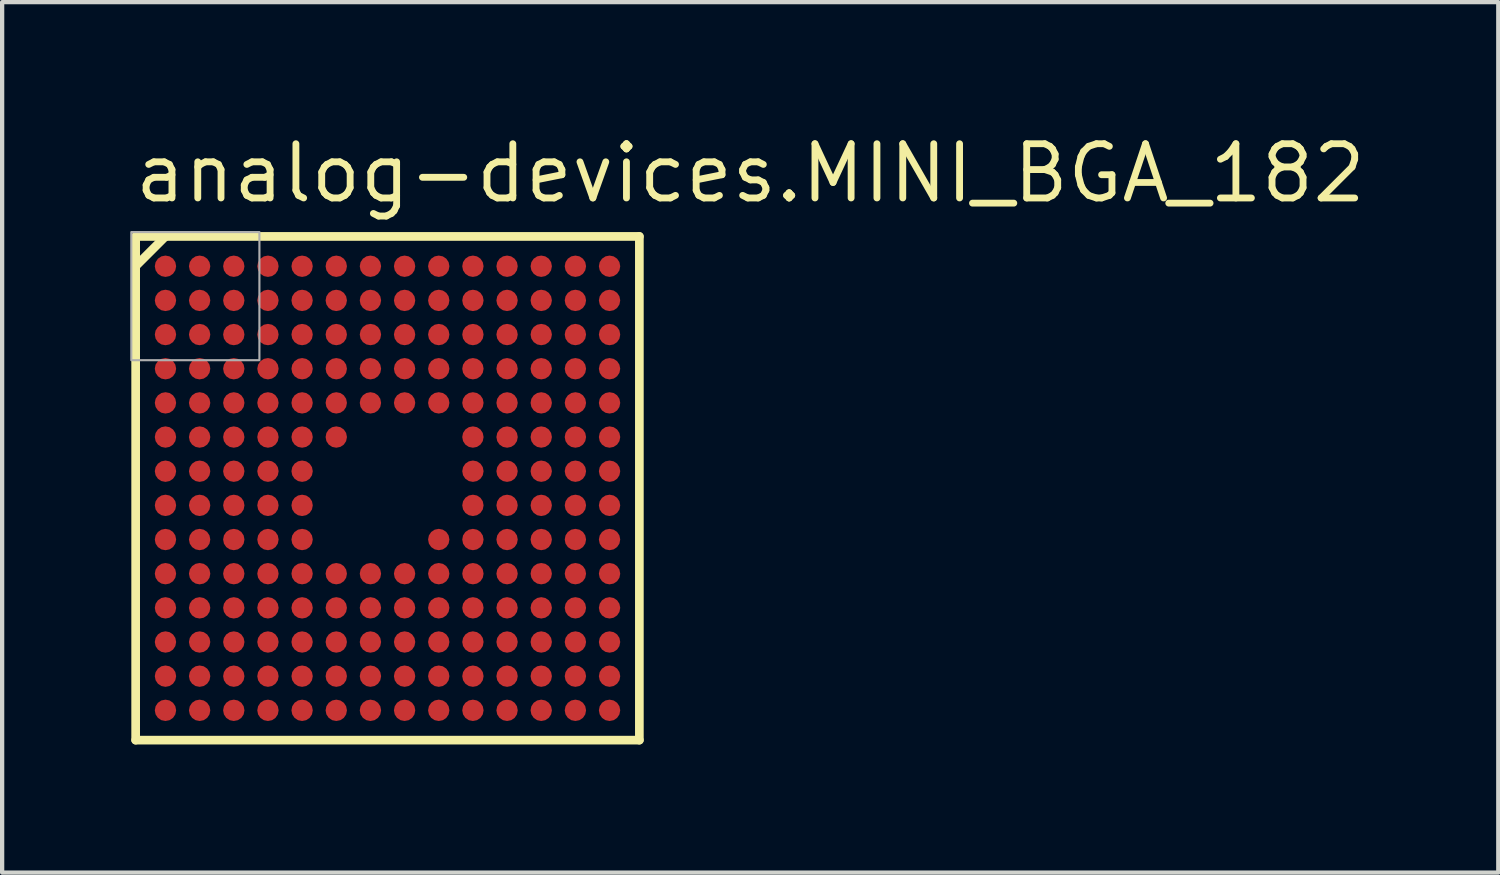
<source format=kicad_pcb>
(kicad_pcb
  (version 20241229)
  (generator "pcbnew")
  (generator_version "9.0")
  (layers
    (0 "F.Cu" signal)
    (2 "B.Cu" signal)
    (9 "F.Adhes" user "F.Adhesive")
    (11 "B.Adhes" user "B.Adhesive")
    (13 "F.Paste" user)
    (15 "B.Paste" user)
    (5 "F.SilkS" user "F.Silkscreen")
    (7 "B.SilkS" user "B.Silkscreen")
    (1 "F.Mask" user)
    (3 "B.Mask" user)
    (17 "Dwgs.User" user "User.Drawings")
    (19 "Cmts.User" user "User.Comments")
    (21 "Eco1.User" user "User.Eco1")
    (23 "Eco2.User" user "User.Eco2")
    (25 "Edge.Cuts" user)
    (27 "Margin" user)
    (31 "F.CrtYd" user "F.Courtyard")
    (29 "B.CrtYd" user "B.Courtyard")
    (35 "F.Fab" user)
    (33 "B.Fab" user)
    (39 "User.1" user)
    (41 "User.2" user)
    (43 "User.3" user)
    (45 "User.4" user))
  (footprint "analog-devices.MINI_BGA_182"
    (layer "F.Cu")
    (at 6.025 8.385)
    (property "Reference" "analog-devices.MINI_BGA_182" (at -6 -6.635 0) (layer "F.SilkS") (effects (font (size 1.27 1.27) (thickness 0.16)) (justify left bottom)))
    (attr smd)
    (fp_circle (center -5.2 -5.2) (end -4.95 -5.2) (stroke (width 0.1) (type default)) (fill no) (layer "F.Mask"))
    (fp_circle (center -5.2 -4.4) (end -4.95 -4.4) (stroke (width 0.1) (type default)) (fill no) (layer "F.Mask"))
    (fp_circle (center -5.2 -3.6) (end -4.95 -3.6) (stroke (width 0.1) (type default)) (fill no) (layer "F.Mask"))
    (fp_circle (center -5.2 -2.8) (end -4.95 -2.8) (stroke (width 0.1) (type default)) (fill no) (layer "F.Mask"))
    (fp_circle (center -5.2 -2) (end -4.95 -2) (stroke (width 0.1) (type default)) (fill no) (layer "F.Mask"))
    (fp_circle (center -5.2 -1.2) (end -4.95 -1.2) (stroke (width 0.1) (type default)) (fill no) (layer "F.Mask"))
    (fp_circle (center -5.2 -0.4) (end -4.95 -0.4) (stroke (width 0.1) (type default)) (fill no) (layer "F.Mask"))
    (fp_circle (center -5.2 0.4) (end -4.95 0.4) (stroke (width 0.1) (type default)) (fill no) (layer "F.Mask"))
    (fp_circle (center -5.2 1.2) (end -4.95 1.2) (stroke (width 0.1) (type default)) (fill no) (layer "F.Mask"))
    (fp_circle (center -5.2 2) (end -4.95 2) (stroke (width 0.1) (type default)) (fill no) (layer "F.Mask"))
    (fp_circle (center -5.2 2.8) (end -4.95 2.8) (stroke (width 0.1) (type default)) (fill no) (layer "F.Mask"))
    (fp_circle (center -5.2 3.6) (end -4.95 3.6) (stroke (width 0.1) (type default)) (fill no) (layer "F.Mask"))
    (fp_circle (center -5.2 4.4) (end -4.95 4.4) (stroke (width 0.1) (type default)) (fill no) (layer "F.Mask"))
    (fp_circle (center -5.2 5.2) (end -4.95 5.2) (stroke (width 0.1) (type default)) (fill no) (layer "F.Mask"))
    (fp_circle (center -4.4 -5.2) (end -4.15 -5.2) (stroke (width 0.1) (type default)) (fill no) (layer "F.Mask"))
    (fp_circle (center -4.4 -4.4) (end -4.15 -4.4) (stroke (width 0.1) (type default)) (fill no) (layer "F.Mask"))
    (fp_circle (center -4.4 -3.6) (end -4.15 -3.6) (stroke (width 0.1) (type default)) (fill no) (layer "F.Mask"))
    (fp_circle (center -4.4 -2.8) (end -4.15 -2.8) (stroke (width 0.1) (type default)) (fill no) (layer "F.Mask"))
    (fp_circle (center -4.4 -2) (end -4.15 -2) (stroke (width 0.1) (type default)) (fill no) (layer "F.Mask"))
    (fp_circle (center -4.4 -1.2) (end -4.15 -1.2) (stroke (width 0.1) (type default)) (fill no) (layer "F.Mask"))
    (fp_circle (center -4.4 -0.4) (end -4.15 -0.4) (stroke (width 0.1) (type default)) (fill no) (layer "F.Mask"))
    (fp_circle (center -4.4 0.4) (end -4.15 0.4) (stroke (width 0.1) (type default)) (fill no) (layer "F.Mask"))
    (fp_circle (center -4.4 1.2) (end -4.15 1.2) (stroke (width 0.1) (type default)) (fill no) (layer "F.Mask"))
    (fp_circle (center -4.4 2) (end -4.15 2) (stroke (width 0.1) (type default)) (fill no) (layer "F.Mask"))
    (fp_circle (center -4.4 2.8) (end -4.15 2.8) (stroke (width 0.1) (type default)) (fill no) (layer "F.Mask"))
    (fp_circle (center -4.4 3.6) (end -4.15 3.6) (stroke (width 0.1) (type default)) (fill no) (layer "F.Mask"))
    (fp_circle (center -4.4 4.4) (end -4.15 4.4) (stroke (width 0.1) (type default)) (fill no) (layer "F.Mask"))
    (fp_circle (center -4.4 5.2) (end -4.15 5.2) (stroke (width 0.1) (type default)) (fill no) (layer "F.Mask"))
    (fp_circle (center -3.6 -5.2) (end -3.35 -5.2) (stroke (width 0.1) (type default)) (fill no) (layer "F.Mask"))
    (fp_circle (center -3.6 -4.4) (end -3.35 -4.4) (stroke (width 0.1) (type default)) (fill no) (layer "F.Mask"))
    (fp_circle (center -3.6 -3.6) (end -3.35 -3.6) (stroke (width 0.1) (type default)) (fill no) (layer "F.Mask"))
    (fp_circle (center -3.6 -2.8) (end -3.35 -2.8) (stroke (width 0.1) (type default)) (fill no) (layer "F.Mask"))
    (fp_circle (center -3.6 -2) (end -3.35 -2) (stroke (width 0.1) (type default)) (fill no) (layer "F.Mask"))
    (fp_circle (center -3.6 -1.2) (end -3.35 -1.2) (stroke (width 0.1) (type default)) (fill no) (layer "F.Mask"))
    (fp_circle (center -3.6 -0.4) (end -3.35 -0.4) (stroke (width 0.1) (type default)) (fill no) (layer "F.Mask"))
    (fp_circle (center -3.6 0.4) (end -3.35 0.4) (stroke (width 0.1) (type default)) (fill no) (layer "F.Mask"))
    (fp_circle (center -3.6 1.2) (end -3.35 1.2) (stroke (width 0.1) (type default)) (fill no) (layer "F.Mask"))
    (fp_circle (center -3.6 2) (end -3.35 2) (stroke (width 0.1) (type default)) (fill no) (layer "F.Mask"))
    (fp_circle (center -3.6 2.8) (end -3.35 2.8) (stroke (width 0.1) (type default)) (fill no) (layer "F.Mask"))
    (fp_circle (center -3.6 3.6) (end -3.35 3.6) (stroke (width 0.1) (type default)) (fill no) (layer "F.Mask"))
    (fp_circle (center -3.6 4.4) (end -3.35 4.4) (stroke (width 0.1) (type default)) (fill no) (layer "F.Mask"))
    (fp_circle (center -3.6 5.2) (end -3.35 5.2) (stroke (width 0.1) (type default)) (fill no) (layer "F.Mask"))
    (fp_circle (center -2.8 -5.2) (end -2.55 -5.2) (stroke (width 0.1) (type default)) (fill no) (layer "F.Mask"))
    (fp_circle (center -2.8 -4.4) (end -2.55 -4.4) (stroke (width 0.1) (type default)) (fill no) (layer "F.Mask"))
    (fp_circle (center -2.8 -3.6) (end -2.55 -3.6) (stroke (width 0.1) (type default)) (fill no) (layer "F.Mask"))
    (fp_circle (center -2.8 -2.8) (end -2.55 -2.8) (stroke (width 0.1) (type default)) (fill no) (layer "F.Mask"))
    (fp_circle (center -2.8 -2) (end -2.55 -2) (stroke (width 0.1) (type default)) (fill no) (layer "F.Mask"))
    (fp_circle (center -2.8 -1.2) (end -2.55 -1.2) (stroke (width 0.1) (type default)) (fill no) (layer "F.Mask"))
    (fp_circle (center -2.8 -0.4) (end -2.55 -0.4) (stroke (width 0.1) (type default)) (fill no) (layer "F.Mask"))
    (fp_circle (center -2.8 0.4) (end -2.55 0.4) (stroke (width 0.1) (type default)) (fill no) (layer "F.Mask"))
    (fp_circle (center -2.8 1.2) (end -2.55 1.2) (stroke (width 0.1) (type default)) (fill no) (layer "F.Mask"))
    (fp_circle (center -2.8 2) (end -2.55 2) (stroke (width 0.1) (type default)) (fill no) (layer "F.Mask"))
    (fp_circle (center -2.8 2.8) (end -2.55 2.8) (stroke (width 0.1) (type default)) (fill no) (layer "F.Mask"))
    (fp_circle (center -2.8 3.6) (end -2.55 3.6) (stroke (width 0.1) (type default)) (fill no) (layer "F.Mask"))
    (fp_circle (center -2.8 4.4) (end -2.55 4.4) (stroke (width 0.1) (type default)) (fill no) (layer "F.Mask"))
    (fp_circle (center -2.8 5.2) (end -2.55 5.2) (stroke (width 0.1) (type default)) (fill no) (layer "F.Mask"))
    (fp_circle (center -2 -5.2) (end -1.75 -5.2) (stroke (width 0.1) (type default)) (fill no) (layer "F.Mask"))
    (fp_circle (center -2 -4.4) (end -1.75 -4.4) (stroke (width 0.1) (type default)) (fill no) (layer "F.Mask"))
    (fp_circle (center -2 -3.6) (end -1.75 -3.6) (stroke (width 0.1) (type default)) (fill no) (layer "F.Mask"))
    (fp_circle (center -2 -2.8) (end -1.75 -2.8) (stroke (width 0.1) (type default)) (fill no) (layer "F.Mask"))
    (fp_circle (center -2 -2) (end -1.75 -2) (stroke (width 0.1) (type default)) (fill no) (layer "F.Mask"))
    (fp_circle (center -2 -1.2) (end -1.75 -1.2) (stroke (width 0.1) (type default)) (fill no) (layer "F.Mask"))
    (fp_circle (center -2 -0.4) (end -1.75 -0.4) (stroke (width 0.1) (type default)) (fill no) (layer "F.Mask"))
    (fp_circle (center -2 0.4) (end -1.75 0.4) (stroke (width 0.1) (type default)) (fill no) (layer "F.Mask"))
    (fp_circle (center -2 1.2) (end -1.75 1.2) (stroke (width 0.1) (type default)) (fill no) (layer "F.Mask"))
    (fp_circle (center -2 2) (end -1.75 2) (stroke (width 0.1) (type default)) (fill no) (layer "F.Mask"))
    (fp_circle (center -2 2.8) (end -1.75 2.8) (stroke (width 0.1) (type default)) (fill no) (layer "F.Mask"))
    (fp_circle (center -2 3.6) (end -1.75 3.6) (stroke (width 0.1) (type default)) (fill no) (layer "F.Mask"))
    (fp_circle (center -2 4.4) (end -1.75 4.4) (stroke (width 0.1) (type default)) (fill no) (layer "F.Mask"))
    (fp_circle (center -2 5.2) (end -1.75 5.2) (stroke (width 0.1) (type default)) (fill no) (layer "F.Mask"))
    (fp_circle (center -1.2 -5.2) (end -0.95 -5.2) (stroke (width 0.1) (type default)) (fill no) (layer "F.Mask"))
    (fp_circle (center -1.2 -4.4) (end -0.95 -4.4) (stroke (width 0.1) (type default)) (fill no) (layer "F.Mask"))
    (fp_circle (center -1.2 -3.6) (end -0.95 -3.6) (stroke (width 0.1) (type default)) (fill no) (layer "F.Mask"))
    (fp_circle (center -1.2 -2.8) (end -0.95 -2.8) (stroke (width 0.1) (type default)) (fill no) (layer "F.Mask"))
    (fp_circle (center -1.2 -2) (end -0.95 -2) (stroke (width 0.1) (type default)) (fill no) (layer "F.Mask"))
    (fp_circle (center -1.2 -1.2) (end -0.95 -1.2) (stroke (width 0.1) (type default)) (fill no) (layer "F.Mask"))
    (fp_circle (center -1.2 2) (end -0.95 2) (stroke (width 0.1) (type default)) (fill no) (layer "F.Mask"))
    (fp_circle (center -1.2 2.8) (end -0.95 2.8) (stroke (width 0.1) (type default)) (fill no) (layer "F.Mask"))
    (fp_circle (center -1.2 3.6) (end -0.95 3.6) (stroke (width 0.1) (type default)) (fill no) (layer "F.Mask"))
    (fp_circle (center -1.2 4.4) (end -0.95 4.4) (stroke (width 0.1) (type default)) (fill no) (layer "F.Mask"))
    (fp_circle (center -1.2 5.2) (end -0.95 5.2) (stroke (width 0.1) (type default)) (fill no) (layer "F.Mask"))
    (fp_circle (center -0.4 -5.2) (end -0.15 -5.2) (stroke (width 0.1) (type default)) (fill no) (layer "F.Mask"))
    (fp_circle (center -0.4 -4.4) (end -0.15 -4.4) (stroke (width 0.1) (type default)) (fill no) (layer "F.Mask"))
    (fp_circle (center -0.4 -3.6) (end -0.15 -3.6) (stroke (width 0.1) (type default)) (fill no) (layer "F.Mask"))
    (fp_circle (center -0.4 -2.8) (end -0.15 -2.8) (stroke (width 0.1) (type default)) (fill no) (layer "F.Mask"))
    (fp_circle (center -0.4 -2) (end -0.15 -2) (stroke (width 0.1) (type default)) (fill no) (layer "F.Mask"))
    (fp_circle (center -0.4 2) (end -0.15 2) (stroke (width 0.1) (type default)) (fill no) (layer "F.Mask"))
    (fp_circle (center -0.4 2.8) (end -0.15 2.8) (stroke (width 0.1) (type default)) (fill no) (layer "F.Mask"))
    (fp_circle (center -0.4 3.6) (end -0.15 3.6) (stroke (width 0.1) (type default)) (fill no) (layer "F.Mask"))
    (fp_circle (center -0.4 4.4) (end -0.15 4.4) (stroke (width 0.1) (type default)) (fill no) (layer "F.Mask"))
    (fp_circle (center -0.4 5.2) (end -0.15 5.2) (stroke (width 0.1) (type default)) (fill no) (layer "F.Mask"))
    (fp_circle (center 0.4 -5.2) (end 0.65 -5.2) (stroke (width 0.1) (type default)) (fill no) (layer "F.Mask"))
    (fp_circle (center 0.4 -4.4) (end 0.65 -4.4) (stroke (width 0.1) (type default)) (fill no) (layer "F.Mask"))
    (fp_circle (center 0.4 -3.6) (end 0.65 -3.6) (stroke (width 0.1) (type default)) (fill no) (layer "F.Mask"))
    (fp_circle (center 0.4 -2.8) (end 0.65 -2.8) (stroke (width 0.1) (type default)) (fill no) (layer "F.Mask"))
    (fp_circle (center 0.4 -2) (end 0.65 -2) (stroke (width 0.1) (type default)) (fill no) (layer "F.Mask"))
    (fp_circle (center 0.4 2) (end 0.65 2) (stroke (width 0.1) (type default)) (fill no) (layer "F.Mask"))
    (fp_circle (center 0.4 2.8) (end 0.65 2.8) (stroke (width 0.1) (type default)) (fill no) (layer "F.Mask"))
    (fp_circle (center 0.4 3.6) (end 0.65 3.6) (stroke (width 0.1) (type default)) (fill no) (layer "F.Mask"))
    (fp_circle (center 0.4 4.4) (end 0.65 4.4) (stroke (width 0.1) (type default)) (fill no) (layer "F.Mask"))
    (fp_circle (center 0.4 5.2) (end 0.65 5.2) (stroke (width 0.1) (type default)) (fill no) (layer "F.Mask"))
    (fp_circle (center 1.2 -5.2) (end 1.45 -5.2) (stroke (width 0.1) (type default)) (fill no) (layer "F.Mask"))
    (fp_circle (center 1.2 -4.4) (end 1.45 -4.4) (stroke (width 0.1) (type default)) (fill no) (layer "F.Mask"))
    (fp_circle (center 1.2 -3.6) (end 1.45 -3.6) (stroke (width 0.1) (type default)) (fill no) (layer "F.Mask"))
    (fp_circle (center 1.2 -2.8) (end 1.45 -2.8) (stroke (width 0.1) (type default)) (fill no) (layer "F.Mask"))
    (fp_circle (center 1.2 -2) (end 1.45 -2) (stroke (width 0.1) (type default)) (fill no) (layer "F.Mask"))
    (fp_circle (center 1.2 1.2) (end 1.45 1.2) (stroke (width 0.1) (type default)) (fill no) (layer "F.Mask"))
    (fp_circle (center 1.2 2) (end 1.45 2) (stroke (width 0.1) (type default)) (fill no) (layer "F.Mask"))
    (fp_circle (center 1.2 2.8) (end 1.45 2.8) (stroke (width 0.1) (type default)) (fill no) (layer "F.Mask"))
    (fp_circle (center 1.2 3.6) (end 1.45 3.6) (stroke (width 0.1) (type default)) (fill no) (layer "F.Mask"))
    (fp_circle (center 1.2 4.4) (end 1.45 4.4) (stroke (width 0.1) (type default)) (fill no) (layer "F.Mask"))
    (fp_circle (center 1.2 5.2) (end 1.45 5.2) (stroke (width 0.1) (type default)) (fill no) (layer "F.Mask"))
    (fp_circle (center 2 -5.2) (end 2.25 -5.2) (stroke (width 0.1) (type default)) (fill no) (layer "F.Mask"))
    (fp_circle (center 2 -4.4) (end 2.25 -4.4) (stroke (width 0.1) (type default)) (fill no) (layer "F.Mask"))
    (fp_circle (center 2 -3.6) (end 2.25 -3.6) (stroke (width 0.1) (type default)) (fill no) (layer "F.Mask"))
    (fp_circle (center 2 -2.8) (end 2.25 -2.8) (stroke (width 0.1) (type default)) (fill no) (layer "F.Mask"))
    (fp_circle (center 2 -2) (end 2.25 -2) (stroke (width 0.1) (type default)) (fill no) (layer "F.Mask"))
    (fp_circle (center 2 -1.2) (end 2.25 -1.2) (stroke (width 0.1) (type default)) (fill no) (layer "F.Mask"))
    (fp_circle (center 2 -0.4) (end 2.25 -0.4) (stroke (width 0.1) (type default)) (fill no) (layer "F.Mask"))
    (fp_circle (center 2 0.4) (end 2.25 0.4) (stroke (width 0.1) (type default)) (fill no) (layer "F.Mask"))
    (fp_circle (center 2 1.2) (end 2.25 1.2) (stroke (width 0.1) (type default)) (fill no) (layer "F.Mask"))
    (fp_circle (center 2 2) (end 2.25 2) (stroke (width 0.1) (type default)) (fill no) (layer "F.Mask"))
    (fp_circle (center 2 2.8) (end 2.25 2.8) (stroke (width 0.1) (type default)) (fill no) (layer "F.Mask"))
    (fp_circle (center 2 3.6) (end 2.25 3.6) (stroke (width 0.1) (type default)) (fill no) (layer "F.Mask"))
    (fp_circle (center 2 4.4) (end 2.25 4.4) (stroke (width 0.1) (type default)) (fill no) (layer "F.Mask"))
    (fp_circle (center 2 5.2) (end 2.25 5.2) (stroke (width 0.1) (type default)) (fill no) (layer "F.Mask"))
    (fp_circle (center 2.8 -5.2) (end 3.05 -5.2) (stroke (width 0.1) (type default)) (fill no) (layer "F.Mask"))
    (fp_circle (center 2.8 -4.4) (end 3.05 -4.4) (stroke (width 0.1) (type default)) (fill no) (layer "F.Mask"))
    (fp_circle (center 2.8 -3.6) (end 3.05 -3.6) (stroke (width 0.1) (type default)) (fill no) (layer "F.Mask"))
    (fp_circle (center 2.8 -2.8) (end 3.05 -2.8) (stroke (width 0.1) (type default)) (fill no) (layer "F.Mask"))
    (fp_circle (center 2.8 -2) (end 3.05 -2) (stroke (width 0.1) (type default)) (fill no) (layer "F.Mask"))
    (fp_circle (center 2.8 -1.2) (end 3.05 -1.2) (stroke (width 0.1) (type default)) (fill no) (layer "F.Mask"))
    (fp_circle (center 2.8 -0.4) (end 3.05 -0.4) (stroke (width 0.1) (type default)) (fill no) (layer "F.Mask"))
    (fp_circle (center 2.8 0.4) (end 3.05 0.4) (stroke (width 0.1) (type default)) (fill no) (layer "F.Mask"))
    (fp_circle (center 2.8 1.2) (end 3.05 1.2) (stroke (width 0.1) (type default)) (fill no) (layer "F.Mask"))
    (fp_circle (center 2.8 2) (end 3.05 2) (stroke (width 0.1) (type default)) (fill no) (layer "F.Mask"))
    (fp_circle (center 2.8 2.8) (end 3.05 2.8) (stroke (width 0.1) (type default)) (fill no) (layer "F.Mask"))
    (fp_circle (center 2.8 3.6) (end 3.05 3.6) (stroke (width 0.1) (type default)) (fill no) (layer "F.Mask"))
    (fp_circle (center 2.8 4.4) (end 3.05 4.4) (stroke (width 0.1) (type default)) (fill no) (layer "F.Mask"))
    (fp_circle (center 2.8 5.2) (end 3.05 5.2) (stroke (width 0.1) (type default)) (fill no) (layer "F.Mask"))
    (fp_circle (center 3.6 -5.2) (end 3.85 -5.2) (stroke (width 0.1) (type default)) (fill no) (layer "F.Mask"))
    (fp_circle (center 3.6 -4.4) (end 3.85 -4.4) (stroke (width 0.1) (type default)) (fill no) (layer "F.Mask"))
    (fp_circle (center 3.6 -3.6) (end 3.85 -3.6) (stroke (width 0.1) (type default)) (fill no) (layer "F.Mask"))
    (fp_circle (center 3.6 -2.8) (end 3.85 -2.8) (stroke (width 0.1) (type default)) (fill no) (layer "F.Mask"))
    (fp_circle (center 3.6 -2) (end 3.85 -2) (stroke (width 0.1) (type default)) (fill no) (layer "F.Mask"))
    (fp_circle (center 3.6 -1.2) (end 3.85 -1.2) (stroke (width 0.1) (type default)) (fill no) (layer "F.Mask"))
    (fp_circle (center 3.6 -0.4) (end 3.85 -0.4) (stroke (width 0.1) (type default)) (fill no) (layer "F.Mask"))
    (fp_circle (center 3.6 0.4) (end 3.85 0.4) (stroke (width 0.1) (type default)) (fill no) (layer "F.Mask"))
    (fp_circle (center 3.6 1.2) (end 3.85 1.2) (stroke (width 0.1) (type default)) (fill no) (layer "F.Mask"))
    (fp_circle (center 3.6 2) (end 3.85 2) (stroke (width 0.1) (type default)) (fill no) (layer "F.Mask"))
    (fp_circle (center 3.6 2.8) (end 3.85 2.8) (stroke (width 0.1) (type default)) (fill no) (layer "F.Mask"))
    (fp_circle (center 3.6 3.6) (end 3.85 3.6) (stroke (width 0.1) (type default)) (fill no) (layer "F.Mask"))
    (fp_circle (center 3.6 4.4) (end 3.85 4.4) (stroke (width 0.1) (type default)) (fill no) (layer "F.Mask"))
    (fp_circle (center 3.6 5.2) (end 3.85 5.2) (stroke (width 0.1) (type default)) (fill no) (layer "F.Mask"))
    (fp_circle (center 4.4 -5.2) (end 4.65 -5.2) (stroke (width 0.1) (type default)) (fill no) (layer "F.Mask"))
    (fp_circle (center 4.4 -4.4) (end 4.65 -4.4) (stroke (width 0.1) (type default)) (fill no) (layer "F.Mask"))
    (fp_circle (center 4.4 -3.6) (end 4.65 -3.6) (stroke (width 0.1) (type default)) (fill no) (layer "F.Mask"))
    (fp_circle (center 4.4 -2.8) (end 4.65 -2.8) (stroke (width 0.1) (type default)) (fill no) (layer "F.Mask"))
    (fp_circle (center 4.4 -2) (end 4.65 -2) (stroke (width 0.1) (type default)) (fill no) (layer "F.Mask"))
    (fp_circle (center 4.4 -1.2) (end 4.65 -1.2) (stroke (width 0.1) (type default)) (fill no) (layer "F.Mask"))
    (fp_circle (center 4.4 -0.4) (end 4.65 -0.4) (stroke (width 0.1) (type default)) (fill no) (layer "F.Mask"))
    (fp_circle (center 4.4 0.4) (end 4.65 0.4) (stroke (width 0.1) (type default)) (fill no) (layer "F.Mask"))
    (fp_circle (center 4.4 1.2) (end 4.65 1.2) (stroke (width 0.1) (type default)) (fill no) (layer "F.Mask"))
    (fp_circle (center 4.4 2) (end 4.65 2) (stroke (width 0.1) (type default)) (fill no) (layer "F.Mask"))
    (fp_circle (center 4.4 2.8) (end 4.65 2.8) (stroke (width 0.1) (type default)) (fill no) (layer "F.Mask"))
    (fp_circle (center 4.4 3.6) (end 4.65 3.6) (stroke (width 0.1) (type default)) (fill no) (layer "F.Mask"))
    (fp_circle (center 4.4 4.4) (end 4.65 4.4) (stroke (width 0.1) (type default)) (fill no) (layer "F.Mask"))
    (fp_circle (center 4.4 5.2) (end 4.65 5.2) (stroke (width 0.1) (type default)) (fill no) (layer "F.Mask"))
    (fp_circle (center 5.2 -5.2) (end 5.45 -5.2) (stroke (width 0.1) (type default)) (fill no) (layer "F.Mask"))
    (fp_circle (center 5.2 -4.4) (end 5.45 -4.4) (stroke (width 0.1) (type default)) (fill no) (layer "F.Mask"))
    (fp_circle (center 5.2 -3.6) (end 5.45 -3.6) (stroke (width 0.1) (type default)) (fill no) (layer "F.Mask"))
    (fp_circle (center 5.2 -2.8) (end 5.45 -2.8) (stroke (width 0.1) (type default)) (fill no) (layer "F.Mask"))
    (fp_circle (center 5.2 -2) (end 5.45 -2) (stroke (width 0.1) (type default)) (fill no) (layer "F.Mask"))
    (fp_circle (center 5.2 -1.2) (end 5.45 -1.2) (stroke (width 0.1) (type default)) (fill no) (layer "F.Mask"))
    (fp_circle (center 5.2 -0.4) (end 5.45 -0.4) (stroke (width 0.1) (type default)) (fill no) (layer "F.Mask"))
    (fp_circle (center 5.2 0.4) (end 5.45 0.4) (stroke (width 0.1) (type default)) (fill no) (layer "F.Mask"))
    (fp_circle (center 5.2 1.2) (end 5.45 1.2) (stroke (width 0.1) (type default)) (fill no) (layer "F.Mask"))
    (fp_circle (center 5.2 2) (end 5.45 2) (stroke (width 0.1) (type default)) (fill no) (layer "F.Mask"))
    (fp_circle (center 5.2 2.8) (end 5.45 2.8) (stroke (width 0.1) (type default)) (fill no) (layer "F.Mask"))
    (fp_circle (center 5.2 3.6) (end 5.45 3.6) (stroke (width 0.1) (type default)) (fill no) (layer "F.Mask"))
    (fp_circle (center 5.2 4.4) (end 5.45 4.4) (stroke (width 0.1) (type default)) (fill no) (layer "F.Mask"))
    (fp_circle (center 5.2 5.2) (end 5.45 5.2) (stroke (width 0.1) (type default)) (fill no) (layer "F.Mask"))
    (fp_line (start -5.898 -5.898) (end -5.898 -5.2) (stroke (width 0.203) (type default)) (layer "F.SilkS"))
    (fp_line (start -5.898 -5.2) (end -5.898 5.898) (stroke (width 0.203) (type default)) (layer "F.SilkS"))
    (fp_line (start -5.898 -5.2) (end -5.2 -5.898) (stroke (width 0.203) (type default)) (layer "F.SilkS"))
    (fp_line (start -5.898 5.898) (end 5.898 5.898) (stroke (width 0.203) (type default)) (layer "F.SilkS"))
    (fp_line (start -5.2 -5.898) (end -5.898 -5.898) (stroke (width 0.203) (type default)) (layer "F.SilkS"))
    (fp_line (start 5.898 -5.898) (end -5.2 -5.898) (stroke (width 0.203) (type default)) (layer "F.SilkS"))
    (fp_line (start 5.898 5.898) (end 5.898 -5.898) (stroke (width 0.203) (type default)) (layer "F.SilkS"))
    (fp_rect (start -6 -3) (end -3 -6) (stroke (width 0.05) (type default)) (fill no) (layer "F.Fab"))
    (pad "A1" smd roundrect (at -5.2 -5.2) (size 0.5 0.5) (layers "F.Cu" "F.Mask" "F.Paste") (roundrect_rratio 0.5))
    (pad "A2" smd roundrect (at -4.4 -5.2) (size 0.5 0.5) (layers "F.Cu" "F.Mask" "F.Paste") (roundrect_rratio 0.5))
    (pad "A3" smd roundrect (at -3.6 -5.2) (size 0.5 0.5) (layers "F.Cu" "F.Mask" "F.Paste") (roundrect_rratio 0.5))
    (pad "A4" smd roundrect (at -2.8 -5.2) (size 0.5 0.5) (layers "F.Cu" "F.Mask" "F.Paste") (roundrect_rratio 0.5))
    (pad "A5" smd roundrect (at -2 -5.2) (size 0.5 0.5) (layers "F.Cu" "F.Mask" "F.Paste") (roundrect_rratio 0.5))
    (pad "A6" smd roundrect (at -1.2 -5.2) (size 0.5 0.5) (layers "F.Cu" "F.Mask" "F.Paste") (roundrect_rratio 0.5))
    (pad "A7" smd roundrect (at -0.4 -5.2) (size 0.5 0.5) (layers "F.Cu" "F.Mask" "F.Paste") (roundrect_rratio 0.5))
    (pad "A8" smd roundrect (at 0.4 -5.2) (size 0.5 0.5) (layers "F.Cu" "F.Mask" "F.Paste") (roundrect_rratio 0.5))
    (pad "A9" smd roundrect (at 1.2 -5.2) (size 0.5 0.5) (layers "F.Cu" "F.Mask" "F.Paste") (roundrect_rratio 0.5))
    (pad "A10" smd roundrect (at 2 -5.2) (size 0.5 0.5) (layers "F.Cu" "F.Mask" "F.Paste") (roundrect_rratio 0.5))
    (pad "A11" smd roundrect (at 2.8 -5.2) (size 0.5 0.5) (layers "F.Cu" "F.Mask" "F.Paste") (roundrect_rratio 0.5))
    (pad "A12" smd roundrect (at 3.6 -5.2) (size 0.5 0.5) (layers "F.Cu" "F.Mask" "F.Paste") (roundrect_rratio 0.5))
    (pad "A13" smd roundrect (at 4.4 -5.2) (size 0.5 0.5) (layers "F.Cu" "F.Mask" "F.Paste") (roundrect_rratio 0.5))
    (pad "A14" smd roundrect (at 5.2 -5.2) (size 0.5 0.5) (layers "F.Cu" "F.Mask" "F.Paste") (roundrect_rratio 0.5))
    (pad "B1" smd roundrect (at -5.2 -4.4) (size 0.5 0.5) (layers "F.Cu" "F.Mask" "F.Paste") (roundrect_rratio 0.5))
    (pad "B2" smd roundrect (at -4.4 -4.4) (size 0.5 0.5) (layers "F.Cu" "F.Mask" "F.Paste") (roundrect_rratio 0.5))
    (pad "B3" smd roundrect (at -3.6 -4.4) (size 0.5 0.5) (layers "F.Cu" "F.Mask" "F.Paste") (roundrect_rratio 0.5))
    (pad "B4" smd roundrect (at -2.8 -4.4) (size 0.5 0.5) (layers "F.Cu" "F.Mask" "F.Paste") (roundrect_rratio 0.5))
    (pad "B5" smd roundrect (at -2 -4.4) (size 0.5 0.5) (layers "F.Cu" "F.Mask" "F.Paste") (roundrect_rratio 0.5))
    (pad "B6" smd roundrect (at -1.2 -4.4) (size 0.5 0.5) (layers "F.Cu" "F.Mask" "F.Paste") (roundrect_rratio 0.5))
    (pad "B7" smd roundrect (at -0.4 -4.4) (size 0.5 0.5) (layers "F.Cu" "F.Mask" "F.Paste") (roundrect_rratio 0.5))
    (pad "B8" smd roundrect (at 0.4 -4.4) (size 0.5 0.5) (layers "F.Cu" "F.Mask" "F.Paste") (roundrect_rratio 0.5))
    (pad "B9" smd roundrect (at 1.2 -4.4) (size 0.5 0.5) (layers "F.Cu" "F.Mask" "F.Paste") (roundrect_rratio 0.5))
    (pad "B10" smd roundrect (at 2 -4.4) (size 0.5 0.5) (layers "F.Cu" "F.Mask" "F.Paste") (roundrect_rratio 0.5))
    (pad "B11" smd roundrect (at 2.8 -4.4) (size 0.5 0.5) (layers "F.Cu" "F.Mask" "F.Paste") (roundrect_rratio 0.5))
    (pad "B12" smd roundrect (at 3.6 -4.4) (size 0.5 0.5) (layers "F.Cu" "F.Mask" "F.Paste") (roundrect_rratio 0.5))
    (pad "B13" smd roundrect (at 4.4 -4.4) (size 0.5 0.5) (layers "F.Cu" "F.Mask" "F.Paste") (roundrect_rratio 0.5))
    (pad "B14" smd roundrect (at 5.2 -4.4) (size 0.5 0.5) (layers "F.Cu" "F.Mask" "F.Paste") (roundrect_rratio 0.5))
    (pad "C1" smd roundrect (at -5.2 -3.6) (size 0.5 0.5) (layers "F.Cu" "F.Mask" "F.Paste") (roundrect_rratio 0.5))
    (pad "C2" smd roundrect (at -4.4 -3.6) (size 0.5 0.5) (layers "F.Cu" "F.Mask" "F.Paste") (roundrect_rratio 0.5))
    (pad "C3" smd roundrect (at -3.6 -3.6) (size 0.5 0.5) (layers "F.Cu" "F.Mask" "F.Paste") (roundrect_rratio 0.5))
    (pad "C4" smd roundrect (at -2.8 -3.6) (size 0.5 0.5) (layers "F.Cu" "F.Mask" "F.Paste") (roundrect_rratio 0.5))
    (pad "C5" smd roundrect (at -2 -3.6) (size 0.5 0.5) (layers "F.Cu" "F.Mask" "F.Paste") (roundrect_rratio 0.5))
    (pad "C6" smd roundrect (at -1.2 -3.6) (size 0.5 0.5) (layers "F.Cu" "F.Mask" "F.Paste") (roundrect_rratio 0.5))
    (pad "C7" smd roundrect (at -0.4 -3.6) (size 0.5 0.5) (layers "F.Cu" "F.Mask" "F.Paste") (roundrect_rratio 0.5))
    (pad "C8" smd roundrect (at 0.4 -3.6) (size 0.5 0.5) (layers "F.Cu" "F.Mask" "F.Paste") (roundrect_rratio 0.5))
    (pad "C9" smd roundrect (at 1.2 -3.6) (size 0.5 0.5) (layers "F.Cu" "F.Mask" "F.Paste") (roundrect_rratio 0.5))
    (pad "C10" smd roundrect (at 2 -3.6) (size 0.5 0.5) (layers "F.Cu" "F.Mask" "F.Paste") (roundrect_rratio 0.5))
    (pad "C11" smd roundrect (at 2.8 -3.6) (size 0.5 0.5) (layers "F.Cu" "F.Mask" "F.Paste") (roundrect_rratio 0.5))
    (pad "C12" smd roundrect (at 3.6 -3.6) (size 0.5 0.5) (layers "F.Cu" "F.Mask" "F.Paste") (roundrect_rratio 0.5))
    (pad "C13" smd roundrect (at 4.4 -3.6) (size 0.5 0.5) (layers "F.Cu" "F.Mask" "F.Paste") (roundrect_rratio 0.5))
    (pad "C14" smd roundrect (at 5.2 -3.6) (size 0.5 0.5) (layers "F.Cu" "F.Mask" "F.Paste") (roundrect_rratio 0.5))
    (pad "D1" smd roundrect (at -5.2 -2.8) (size 0.5 0.5) (layers "F.Cu" "F.Mask" "F.Paste") (roundrect_rratio 0.5))
    (pad "D2" smd roundrect (at -4.4 -2.8) (size 0.5 0.5) (layers "F.Cu" "F.Mask" "F.Paste") (roundrect_rratio 0.5))
    (pad "D3" smd roundrect (at -3.6 -2.8) (size 0.5 0.5) (layers "F.Cu" "F.Mask" "F.Paste") (roundrect_rratio 0.5))
    (pad "D4" smd roundrect (at -2.8 -2.8) (size 0.5 0.5) (layers "F.Cu" "F.Mask" "F.Paste") (roundrect_rratio 0.5))
    (pad "D5" smd roundrect (at -2 -2.8) (size 0.5 0.5) (layers "F.Cu" "F.Mask" "F.Paste") (roundrect_rratio 0.5))
    (pad "D6" smd roundrect (at -1.2 -2.8) (size 0.5 0.5) (layers "F.Cu" "F.Mask" "F.Paste") (roundrect_rratio 0.5))
    (pad "D7" smd roundrect (at -0.4 -2.8) (size 0.5 0.5) (layers "F.Cu" "F.Mask" "F.Paste") (roundrect_rratio 0.5))
    (pad "D8" smd roundrect (at 0.4 -2.8) (size 0.5 0.5) (layers "F.Cu" "F.Mask" "F.Paste") (roundrect_rratio 0.5))
    (pad "D9" smd roundrect (at 1.2 -2.8) (size 0.5 0.5) (layers "F.Cu" "F.Mask" "F.Paste") (roundrect_rratio 0.5))
    (pad "D10" smd roundrect (at 2 -2.8) (size 0.5 0.5) (layers "F.Cu" "F.Mask" "F.Paste") (roundrect_rratio 0.5))
    (pad "D11" smd roundrect (at 2.8 -2.8) (size 0.5 0.5) (layers "F.Cu" "F.Mask" "F.Paste") (roundrect_rratio 0.5))
    (pad "D12" smd roundrect (at 3.6 -2.8) (size 0.5 0.5) (layers "F.Cu" "F.Mask" "F.Paste") (roundrect_rratio 0.5))
    (pad "D13" smd roundrect (at 4.4 -2.8) (size 0.5 0.5) (layers "F.Cu" "F.Mask" "F.Paste") (roundrect_rratio 0.5))
    (pad "D14" smd roundrect (at 5.2 -2.8) (size 0.5 0.5) (layers "F.Cu" "F.Mask" "F.Paste") (roundrect_rratio 0.5))
    (pad "E1" smd roundrect (at -5.2 -2) (size 0.5 0.5) (layers "F.Cu" "F.Mask" "F.Paste") (roundrect_rratio 0.5))
    (pad "E2" smd roundrect (at -4.4 -2) (size 0.5 0.5) (layers "F.Cu" "F.Mask" "F.Paste") (roundrect_rratio 0.5))
    (pad "E3" smd roundrect (at -3.6 -2) (size 0.5 0.5) (layers "F.Cu" "F.Mask" "F.Paste") (roundrect_rratio 0.5))
    (pad "E4" smd roundrect (at -2.8 -2) (size 0.5 0.5) (layers "F.Cu" "F.Mask" "F.Paste") (roundrect_rratio 0.5))
    (pad "E5" smd roundrect (at -2 -2) (size 0.5 0.5) (layers "F.Cu" "F.Mask" "F.Paste") (roundrect_rratio 0.5))
    (pad "E6" smd roundrect (at -1.2 -2) (size 0.5 0.5) (layers "F.Cu" "F.Mask" "F.Paste") (roundrect_rratio 0.5))
    (pad "E7" smd roundrect (at -0.4 -2) (size 0.5 0.5) (layers "F.Cu" "F.Mask" "F.Paste") (roundrect_rratio 0.5))
    (pad "E8" smd roundrect (at 0.4 -2) (size 0.5 0.5) (layers "F.Cu" "F.Mask" "F.Paste") (roundrect_rratio 0.5))
    (pad "E9" smd roundrect (at 1.2 -2) (size 0.5 0.5) (layers "F.Cu" "F.Mask" "F.Paste") (roundrect_rratio 0.5))
    (pad "E10" smd roundrect (at 2 -2) (size 0.5 0.5) (layers "F.Cu" "F.Mask" "F.Paste") (roundrect_rratio 0.5))
    (pad "E11" smd roundrect (at 2.8 -2) (size 0.5 0.5) (layers "F.Cu" "F.Mask" "F.Paste") (roundrect_rratio 0.5))
    (pad "E12" smd roundrect (at 3.6 -2) (size 0.5 0.5) (layers "F.Cu" "F.Mask" "F.Paste") (roundrect_rratio 0.5))
    (pad "E13" smd roundrect (at 4.4 -2) (size 0.5 0.5) (layers "F.Cu" "F.Mask" "F.Paste") (roundrect_rratio 0.5))
    (pad "E14" smd roundrect (at 5.2 -2) (size 0.5 0.5) (layers "F.Cu" "F.Mask" "F.Paste") (roundrect_rratio 0.5))
    (pad "F1" smd roundrect (at -5.2 -1.2) (size 0.5 0.5) (layers "F.Cu" "F.Mask" "F.Paste") (roundrect_rratio 0.5))
    (pad "F2" smd roundrect (at -4.4 -1.2) (size 0.5 0.5) (layers "F.Cu" "F.Mask" "F.Paste") (roundrect_rratio 0.5))
    (pad "F3" smd roundrect (at -3.6 -1.2) (size 0.5 0.5) (layers "F.Cu" "F.Mask" "F.Paste") (roundrect_rratio 0.5))
    (pad "F4" smd roundrect (at -2.8 -1.2) (size 0.5 0.5) (layers "F.Cu" "F.Mask" "F.Paste") (roundrect_rratio 0.5))
    (pad "F5" smd roundrect (at -2 -1.2) (size 0.5 0.5) (layers "F.Cu" "F.Mask" "F.Paste") (roundrect_rratio 0.5))
    (pad "F6" smd roundrect (at -1.2 -1.2) (size 0.5 0.5) (layers "F.Cu" "F.Mask" "F.Paste") (roundrect_rratio 0.5))
    (pad "F10" smd roundrect (at 2 -1.2) (size 0.5 0.5) (layers "F.Cu" "F.Mask" "F.Paste") (roundrect_rratio 0.5))
    (pad "F11" smd roundrect (at 2.8 -1.2) (size 0.5 0.5) (layers "F.Cu" "F.Mask" "F.Paste") (roundrect_rratio 0.5))
    (pad "F12" smd roundrect (at 3.6 -1.2) (size 0.5 0.5) (layers "F.Cu" "F.Mask" "F.Paste") (roundrect_rratio 0.5))
    (pad "F13" smd roundrect (at 4.4 -1.2) (size 0.5 0.5) (layers "F.Cu" "F.Mask" "F.Paste") (roundrect_rratio 0.5))
    (pad "F14" smd roundrect (at 5.2 -1.2) (size 0.5 0.5) (layers "F.Cu" "F.Mask" "F.Paste") (roundrect_rratio 0.5))
    (pad "G1" smd roundrect (at -5.2 -0.4) (size 0.5 0.5) (layers "F.Cu" "F.Mask" "F.Paste") (roundrect_rratio 0.5))
    (pad "G2" smd roundrect (at -4.4 -0.4) (size 0.5 0.5) (layers "F.Cu" "F.Mask" "F.Paste") (roundrect_rratio 0.5))
    (pad "G3" smd roundrect (at -3.6 -0.4) (size 0.5 0.5) (layers "F.Cu" "F.Mask" "F.Paste") (roundrect_rratio 0.5))
    (pad "G4" smd roundrect (at -2.8 -0.4) (size 0.5 0.5) (layers "F.Cu" "F.Mask" "F.Paste") (roundrect_rratio 0.5))
    (pad "G5" smd roundrect (at -2 -0.4) (size 0.5 0.5) (layers "F.Cu" "F.Mask" "F.Paste") (roundrect_rratio 0.5))
    (pad "G10" smd roundrect (at 2 -0.4) (size 0.5 0.5) (layers "F.Cu" "F.Mask" "F.Paste") (roundrect_rratio 0.5))
    (pad "G11" smd roundrect (at 2.8 -0.4) (size 0.5 0.5) (layers "F.Cu" "F.Mask" "F.Paste") (roundrect_rratio 0.5))
    (pad "G12" smd roundrect (at 3.6 -0.4) (size 0.5 0.5) (layers "F.Cu" "F.Mask" "F.Paste") (roundrect_rratio 0.5))
    (pad "G13" smd roundrect (at 4.4 -0.4) (size 0.5 0.5) (layers "F.Cu" "F.Mask" "F.Paste") (roundrect_rratio 0.5))
    (pad "G14" smd roundrect (at 5.2 -0.4) (size 0.5 0.5) (layers "F.Cu" "F.Mask" "F.Paste") (roundrect_rratio 0.5))
    (pad "H1" smd roundrect (at -5.2 0.4) (size 0.5 0.5) (layers "F.Cu" "F.Mask" "F.Paste") (roundrect_rratio 0.5))
    (pad "H2" smd roundrect (at -4.4 0.4) (size 0.5 0.5) (layers "F.Cu" "F.Mask" "F.Paste") (roundrect_rratio 0.5))
    (pad "H3" smd roundrect (at -3.6 0.4) (size 0.5 0.5) (layers "F.Cu" "F.Mask" "F.Paste") (roundrect_rratio 0.5))
    (pad "H4" smd roundrect (at -2.8 0.4) (size 0.5 0.5) (layers "F.Cu" "F.Mask" "F.Paste") (roundrect_rratio 0.5))
    (pad "H5" smd roundrect (at -2 0.4) (size 0.5 0.5) (layers "F.Cu" "F.Mask" "F.Paste") (roundrect_rratio 0.5))
    (pad "H10" smd roundrect (at 2 0.4) (size 0.5 0.5) (layers "F.Cu" "F.Mask" "F.Paste") (roundrect_rratio 0.5))
    (pad "H11" smd roundrect (at 2.8 0.4) (size 0.5 0.5) (layers "F.Cu" "F.Mask" "F.Paste") (roundrect_rratio 0.5))
    (pad "H12" smd roundrect (at 3.6 0.4) (size 0.5 0.5) (layers "F.Cu" "F.Mask" "F.Paste") (roundrect_rratio 0.5))
    (pad "H13" smd roundrect (at 4.4 0.4) (size 0.5 0.5) (layers "F.Cu" "F.Mask" "F.Paste") (roundrect_rratio 0.5))
    (pad "H14" smd roundrect (at 5.2 0.4) (size 0.5 0.5) (layers "F.Cu" "F.Mask" "F.Paste") (roundrect_rratio 0.5))
    (pad "J1" smd roundrect (at -5.2 1.2) (size 0.5 0.5) (layers "F.Cu" "F.Mask" "F.Paste") (roundrect_rratio 0.5))
    (pad "J2" smd roundrect (at -4.4 1.2) (size 0.5 0.5) (layers "F.Cu" "F.Mask" "F.Paste") (roundrect_rratio 0.5))
    (pad "J3" smd roundrect (at -3.6 1.2) (size 0.5 0.5) (layers "F.Cu" "F.Mask" "F.Paste") (roundrect_rratio 0.5))
    (pad "J4" smd roundrect (at -2.8 1.2) (size 0.5 0.5) (layers "F.Cu" "F.Mask" "F.Paste") (roundrect_rratio 0.5))
    (pad "J5" smd roundrect (at -2 1.2) (size 0.5 0.5) (layers "F.Cu" "F.Mask" "F.Paste") (roundrect_rratio 0.5))
    (pad "J9" smd roundrect (at 1.2 1.2) (size 0.5 0.5) (layers "F.Cu" "F.Mask" "F.Paste") (roundrect_rratio 0.5))
    (pad "J10" smd roundrect (at 2 1.2) (size 0.5 0.5) (layers "F.Cu" "F.Mask" "F.Paste") (roundrect_rratio 0.5))
    (pad "J11" smd roundrect (at 2.8 1.2) (size 0.5 0.5) (layers "F.Cu" "F.Mask" "F.Paste") (roundrect_rratio 0.5))
    (pad "J12" smd roundrect (at 3.6 1.2) (size 0.5 0.5) (layers "F.Cu" "F.Mask" "F.Paste") (roundrect_rratio 0.5))
    (pad "J13" smd roundrect (at 4.4 1.2) (size 0.5 0.5) (layers "F.Cu" "F.Mask" "F.Paste") (roundrect_rratio 0.5))
    (pad "J14" smd roundrect (at 5.2 1.2) (size 0.5 0.5) (layers "F.Cu" "F.Mask" "F.Paste") (roundrect_rratio 0.5))
    (pad "K1" smd roundrect (at -5.2 2) (size 0.5 0.5) (layers "F.Cu" "F.Mask" "F.Paste") (roundrect_rratio 0.5))
    (pad "K2" smd roundrect (at -4.4 2) (size 0.5 0.5) (layers "F.Cu" "F.Mask" "F.Paste") (roundrect_rratio 0.5))
    (pad "K3" smd roundrect (at -3.6 2) (size 0.5 0.5) (layers "F.Cu" "F.Mask" "F.Paste") (roundrect_rratio 0.5))
    (pad "K4" smd roundrect (at -2.8 2) (size 0.5 0.5) (layers "F.Cu" "F.Mask" "F.Paste") (roundrect_rratio 0.5))
    (pad "K5" smd roundrect (at -2 2) (size 0.5 0.5) (layers "F.Cu" "F.Mask" "F.Paste") (roundrect_rratio 0.5))
    (pad "K6" smd roundrect (at -1.2 2) (size 0.5 0.5) (layers "F.Cu" "F.Mask" "F.Paste") (roundrect_rratio 0.5))
    (pad "K7" smd roundrect (at -0.4 2) (size 0.5 0.5) (layers "F.Cu" "F.Mask" "F.Paste") (roundrect_rratio 0.5))
    (pad "K8" smd roundrect (at 0.4 2) (size 0.5 0.5) (layers "F.Cu" "F.Mask" "F.Paste") (roundrect_rratio 0.5))
    (pad "K9" smd roundrect (at 1.2 2) (size 0.5 0.5) (layers "F.Cu" "F.Mask" "F.Paste") (roundrect_rratio 0.5))
    (pad "K10" smd roundrect (at 2 2) (size 0.5 0.5) (layers "F.Cu" "F.Mask" "F.Paste") (roundrect_rratio 0.5))
    (pad "K11" smd roundrect (at 2.8 2) (size 0.5 0.5) (layers "F.Cu" "F.Mask" "F.Paste") (roundrect_rratio 0.5))
    (pad "K12" smd roundrect (at 3.6 2) (size 0.5 0.5) (layers "F.Cu" "F.Mask" "F.Paste") (roundrect_rratio 0.5))
    (pad "K13" smd roundrect (at 4.4 2) (size 0.5 0.5) (layers "F.Cu" "F.Mask" "F.Paste") (roundrect_rratio 0.5))
    (pad "K14" smd roundrect (at 5.2 2) (size 0.5 0.5) (layers "F.Cu" "F.Mask" "F.Paste") (roundrect_rratio 0.5))
    (pad "L1" smd roundrect (at -5.2 2.8) (size 0.5 0.5) (layers "F.Cu" "F.Mask" "F.Paste") (roundrect_rratio 0.5))
    (pad "L2" smd roundrect (at -4.4 2.8) (size 0.5 0.5) (layers "F.Cu" "F.Mask" "F.Paste") (roundrect_rratio 0.5))
    (pad "L3" smd roundrect (at -3.6 2.8) (size 0.5 0.5) (layers "F.Cu" "F.Mask" "F.Paste") (roundrect_rratio 0.5))
    (pad "L4" smd roundrect (at -2.8 2.8) (size 0.5 0.5) (layers "F.Cu" "F.Mask" "F.Paste") (roundrect_rratio 0.5))
    (pad "L5" smd roundrect (at -2 2.8) (size 0.5 0.5) (layers "F.Cu" "F.Mask" "F.Paste") (roundrect_rratio 0.5))
    (pad "L6" smd roundrect (at -1.2 2.8) (size 0.5 0.5) (layers "F.Cu" "F.Mask" "F.Paste") (roundrect_rratio 0.5))
    (pad "L7" smd roundrect (at -0.4 2.8) (size 0.5 0.5) (layers "F.Cu" "F.Mask" "F.Paste") (roundrect_rratio 0.5))
    (pad "L8" smd roundrect (at 0.4 2.8) (size 0.5 0.5) (layers "F.Cu" "F.Mask" "F.Paste") (roundrect_rratio 0.5))
    (pad "L9" smd roundrect (at 1.2 2.8) (size 0.5 0.5) (layers "F.Cu" "F.Mask" "F.Paste") (roundrect_rratio 0.5))
    (pad "L10" smd roundrect (at 2 2.8) (size 0.5 0.5) (layers "F.Cu" "F.Mask" "F.Paste") (roundrect_rratio 0.5))
    (pad "L11" smd roundrect (at 2.8 2.8) (size 0.5 0.5) (layers "F.Cu" "F.Mask" "F.Paste") (roundrect_rratio 0.5))
    (pad "L12" smd roundrect (at 3.6 2.8) (size 0.5 0.5) (layers "F.Cu" "F.Mask" "F.Paste") (roundrect_rratio 0.5))
    (pad "L13" smd roundrect (at 4.4 2.8) (size 0.5 0.5) (layers "F.Cu" "F.Mask" "F.Paste") (roundrect_rratio 0.5))
    (pad "L14" smd roundrect (at 5.2 2.8) (size 0.5 0.5) (layers "F.Cu" "F.Mask" "F.Paste") (roundrect_rratio 0.5))
    (pad "M1" smd roundrect (at -5.2 3.6) (size 0.5 0.5) (layers "F.Cu" "F.Mask" "F.Paste") (roundrect_rratio 0.5))
    (pad "M2" smd roundrect (at -4.4 3.6) (size 0.5 0.5) (layers "F.Cu" "F.Mask" "F.Paste") (roundrect_rratio 0.5))
    (pad "M3" smd roundrect (at -3.6 3.6) (size 0.5 0.5) (layers "F.Cu" "F.Mask" "F.Paste") (roundrect_rratio 0.5))
    (pad "M4" smd roundrect (at -2.8 3.6) (size 0.5 0.5) (layers "F.Cu" "F.Mask" "F.Paste") (roundrect_rratio 0.5))
    (pad "M5" smd roundrect (at -2 3.6) (size 0.5 0.5) (layers "F.Cu" "F.Mask" "F.Paste") (roundrect_rratio 0.5))
    (pad "M6" smd roundrect (at -1.2 3.6) (size 0.5 0.5) (layers "F.Cu" "F.Mask" "F.Paste") (roundrect_rratio 0.5))
    (pad "M7" smd roundrect (at -0.4 3.6) (size 0.5 0.5) (layers "F.Cu" "F.Mask" "F.Paste") (roundrect_rratio 0.5))
    (pad "M8" smd roundrect (at 0.4 3.6) (size 0.5 0.5) (layers "F.Cu" "F.Mask" "F.Paste") (roundrect_rratio 0.5))
    (pad "M9" smd roundrect (at 1.2 3.6) (size 0.5 0.5) (layers "F.Cu" "F.Mask" "F.Paste") (roundrect_rratio 0.5))
    (pad "M10" smd roundrect (at 2 3.6) (size 0.5 0.5) (layers "F.Cu" "F.Mask" "F.Paste") (roundrect_rratio 0.5))
    (pad "M11" smd roundrect (at 2.8 3.6) (size 0.5 0.5) (layers "F.Cu" "F.Mask" "F.Paste") (roundrect_rratio 0.5))
    (pad "M12" smd roundrect (at 3.6 3.6) (size 0.5 0.5) (layers "F.Cu" "F.Mask" "F.Paste") (roundrect_rratio 0.5))
    (pad "M13" smd roundrect (at 4.4 3.6) (size 0.5 0.5) (layers "F.Cu" "F.Mask" "F.Paste") (roundrect_rratio 0.5))
    (pad "M14" smd roundrect (at 5.2 3.6) (size 0.5 0.5) (layers "F.Cu" "F.Mask" "F.Paste") (roundrect_rratio 0.5))
    (pad "N1" smd roundrect (at -5.2 4.4) (size 0.5 0.5) (layers "F.Cu" "F.Mask" "F.Paste") (roundrect_rratio 0.5))
    (pad "N2" smd roundrect (at -4.4 4.4) (size 0.5 0.5) (layers "F.Cu" "F.Mask" "F.Paste") (roundrect_rratio 0.5))
    (pad "N3" smd roundrect (at -3.6 4.4) (size 0.5 0.5) (layers "F.Cu" "F.Mask" "F.Paste") (roundrect_rratio 0.5))
    (pad "N4" smd roundrect (at -2.8 4.4) (size 0.5 0.5) (layers "F.Cu" "F.Mask" "F.Paste") (roundrect_rratio 0.5))
    (pad "N5" smd roundrect (at -2 4.4) (size 0.5 0.5) (layers "F.Cu" "F.Mask" "F.Paste") (roundrect_rratio 0.5))
    (pad "N6" smd roundrect (at -1.2 4.4) (size 0.5 0.5) (layers "F.Cu" "F.Mask" "F.Paste") (roundrect_rratio 0.5))
    (pad "N7" smd roundrect (at -0.4 4.4) (size 0.5 0.5) (layers "F.Cu" "F.Mask" "F.Paste") (roundrect_rratio 0.5))
    (pad "N8" smd roundrect (at 0.4 4.4) (size 0.5 0.5) (layers "F.Cu" "F.Mask" "F.Paste") (roundrect_rratio 0.5))
    (pad "N9" smd roundrect (at 1.2 4.4) (size 0.5 0.5) (layers "F.Cu" "F.Mask" "F.Paste") (roundrect_rratio 0.5))
    (pad "N10" smd roundrect (at 2 4.4) (size 0.5 0.5) (layers "F.Cu" "F.Mask" "F.Paste") (roundrect_rratio 0.5))
    (pad "N11" smd roundrect (at 2.8 4.4) (size 0.5 0.5) (layers "F.Cu" "F.Mask" "F.Paste") (roundrect_rratio 0.5))
    (pad "N12" smd roundrect (at 3.6 4.4) (size 0.5 0.5) (layers "F.Cu" "F.Mask" "F.Paste") (roundrect_rratio 0.5))
    (pad "N13" smd roundrect (at 4.4 4.4) (size 0.5 0.5) (layers "F.Cu" "F.Mask" "F.Paste") (roundrect_rratio 0.5))
    (pad "N14" smd roundrect (at 5.2 4.4) (size 0.5 0.5) (layers "F.Cu" "F.Mask" "F.Paste") (roundrect_rratio 0.5))
    (pad "P1" smd roundrect (at -5.2 5.2) (size 0.5 0.5) (layers "F.Cu" "F.Mask" "F.Paste") (roundrect_rratio 0.5))
    (pad "P2" smd roundrect (at -4.4 5.2) (size 0.5 0.5) (layers "F.Cu" "F.Mask" "F.Paste") (roundrect_rratio 0.5))
    (pad "P3" smd roundrect (at -3.6 5.2) (size 0.5 0.5) (layers "F.Cu" "F.Mask" "F.Paste") (roundrect_rratio 0.5))
    (pad "P4" smd roundrect (at -2.8 5.2) (size 0.5 0.5) (layers "F.Cu" "F.Mask" "F.Paste") (roundrect_rratio 0.5))
    (pad "P5" smd roundrect (at -2 5.2) (size 0.5 0.5) (layers "F.Cu" "F.Mask" "F.Paste") (roundrect_rratio 0.5))
    (pad "P6" smd roundrect (at -1.2 5.2) (size 0.5 0.5) (layers "F.Cu" "F.Mask" "F.Paste") (roundrect_rratio 0.5))
    (pad "P7" smd roundrect (at -0.4 5.2) (size 0.5 0.5) (layers "F.Cu" "F.Mask" "F.Paste") (roundrect_rratio 0.5))
    (pad "P8" smd roundrect (at 0.4 5.2) (size 0.5 0.5) (layers "F.Cu" "F.Mask" "F.Paste") (roundrect_rratio 0.5))
    (pad "P9" smd roundrect (at 1.2 5.2) (size 0.5 0.5) (layers "F.Cu" "F.Mask" "F.Paste") (roundrect_rratio 0.5))
    (pad "P10" smd roundrect (at 2 5.2) (size 0.5 0.5) (layers "F.Cu" "F.Mask" "F.Paste") (roundrect_rratio 0.5))
    (pad "P11" smd roundrect (at 2.8 5.2) (size 0.5 0.5) (layers "F.Cu" "F.Mask" "F.Paste") (roundrect_rratio 0.5))
    (pad "P12" smd roundrect (at 3.6 5.2) (size 0.5 0.5) (layers "F.Cu" "F.Mask" "F.Paste") (roundrect_rratio 0.5))
    (pad "P13" smd roundrect (at 4.4 5.2) (size 0.5 0.5) (layers "F.Cu" "F.Mask" "F.Paste") (roundrect_rratio 0.5))
    (pad "P14" smd roundrect (at 5.2 5.2) (size 0.5 0.5) (layers "F.Cu" "F.Mask" "F.Paste") (roundrect_rratio 0.5)))
  (gr_rect
    (start -3 -3)
    (end 32.038 17.385)
    (stroke (width 0.1) (type default))
    (fill no)
    (layer "Edge.Cuts")))
</source>
